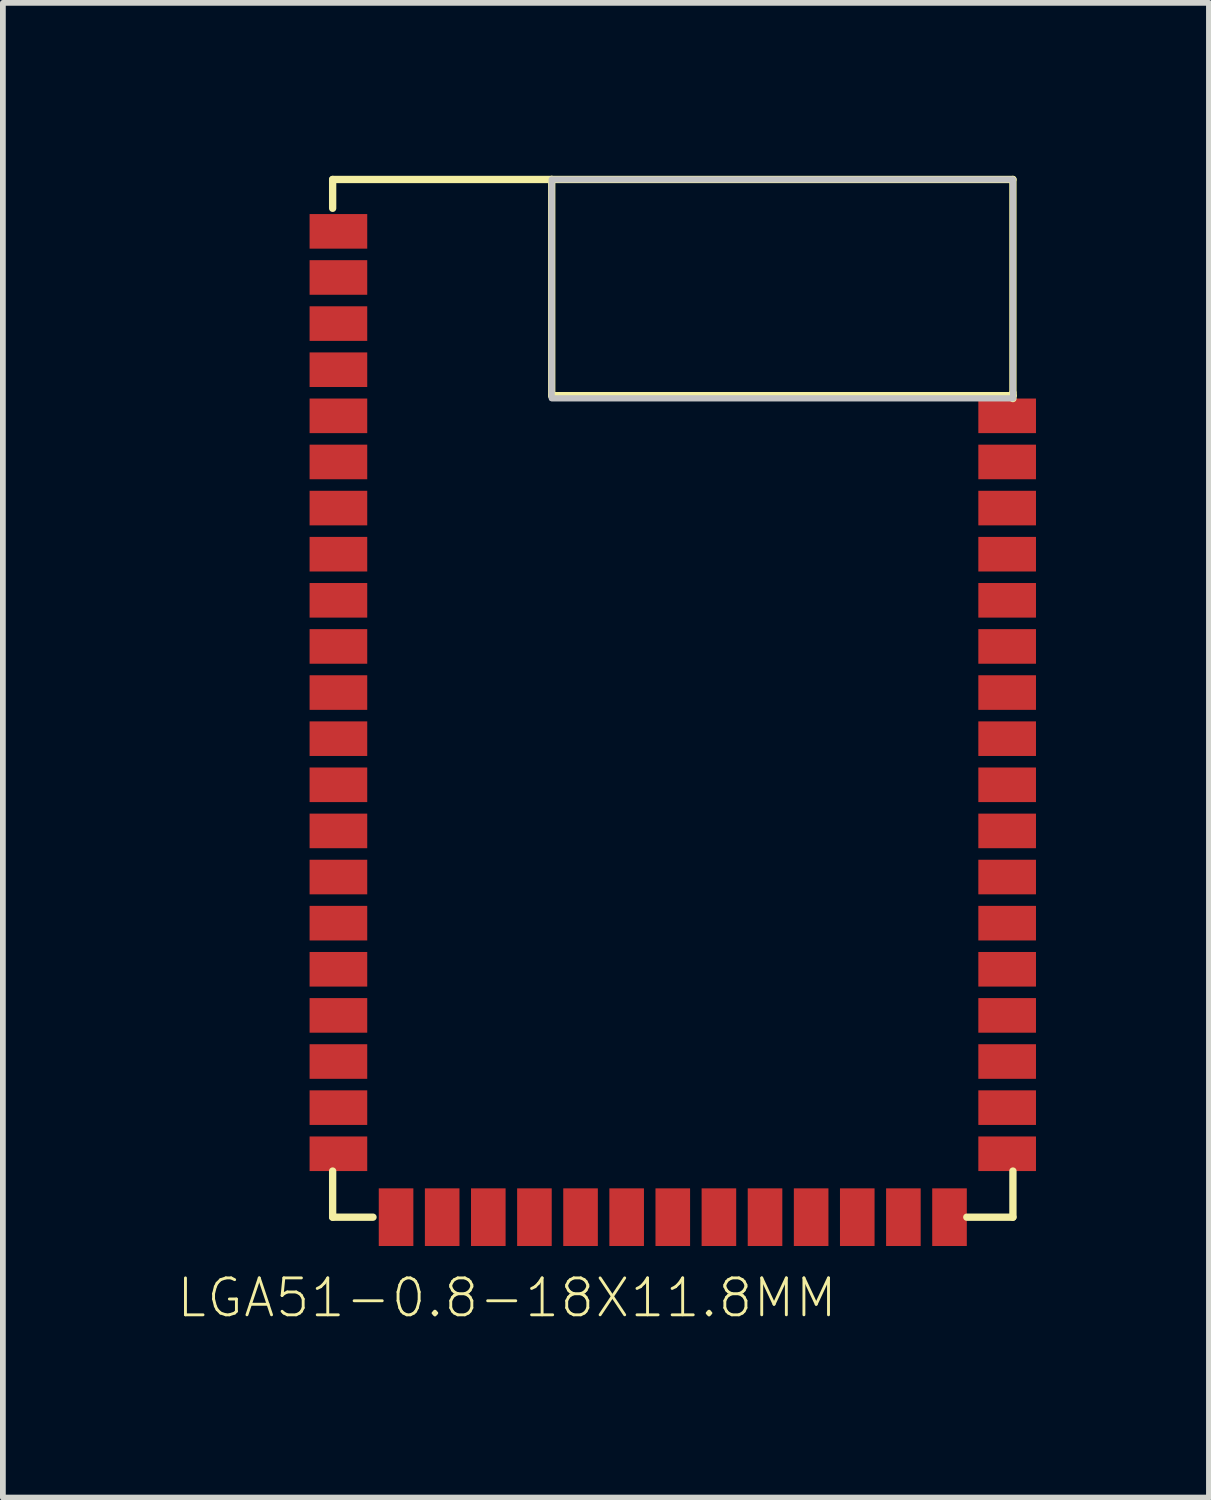
<source format=kicad_pcb>
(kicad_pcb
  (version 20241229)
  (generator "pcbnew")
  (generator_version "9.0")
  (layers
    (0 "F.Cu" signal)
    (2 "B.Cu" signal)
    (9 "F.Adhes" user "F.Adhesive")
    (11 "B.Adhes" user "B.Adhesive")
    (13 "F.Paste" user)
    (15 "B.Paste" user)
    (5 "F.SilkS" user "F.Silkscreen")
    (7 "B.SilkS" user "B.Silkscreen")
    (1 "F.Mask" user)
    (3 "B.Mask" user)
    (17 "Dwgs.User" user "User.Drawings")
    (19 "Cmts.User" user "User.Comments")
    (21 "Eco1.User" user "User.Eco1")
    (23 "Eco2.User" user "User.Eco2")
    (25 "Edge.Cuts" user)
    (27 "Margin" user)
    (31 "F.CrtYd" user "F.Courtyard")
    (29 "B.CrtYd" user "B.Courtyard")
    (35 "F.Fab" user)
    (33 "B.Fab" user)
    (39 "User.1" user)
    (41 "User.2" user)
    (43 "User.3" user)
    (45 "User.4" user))
  (footprint "LGA51-0.8-18X11.8MM"
    (layer "F.Cu")
    (at 8.62 9.063)
    (property "Reference" "LGA51-0.8-18X11.8MM" (at -2.876 10.4 0) (layer "F.SilkS") (effects (font (size 0.64 0.64) (thickness 0.05))))
    (attr smd)
    (fp_line (start -5.9 -9) (end -5.9 -8.5) (stroke (width 0.127) (type solid)) (layer "F.SilkS"))
    (fp_line (start -5.9 8.2) (end -5.9 9) (stroke (width 0.127) (type solid)) (layer "F.SilkS"))
    (fp_line (start -5.9 9) (end -5.2 9) (stroke (width 0.127) (type solid)) (layer "F.SilkS"))
    (fp_line (start -2.1 -9) (end -5.9 -9) (stroke (width 0.127) (type solid)) (layer "F.SilkS"))
    (fp_line (start -2.1 -9) (end -2.1 -5.25) (stroke (width 0.127) (type solid)) (layer "F.SilkS"))
    (fp_line (start -2.1 -5.25) (end 5.9 -5.25) (stroke (width 0.127) (type solid)) (layer "F.SilkS"))
    (fp_line (start 5.1 9) (end 5.9 9) (stroke (width 0.127) (type solid)) (layer "F.SilkS"))
    (fp_line (start 5.9 -9) (end -2.1 -9) (stroke (width 0.127) (type solid)) (layer "F.SilkS"))
    (fp_line (start 5.9 -5.3) (end 5.9 -9) (stroke (width 0.127) (type solid)) (layer "F.SilkS"))
    (fp_line (start 5.9 -5.25) (end 5.9 -5.3) (stroke (width 0.127) (type solid)) (layer "F.SilkS"))
    (fp_line (start 5.9 -5.2) (end 5.9 -5.25) (stroke (width 0.127) (type solid)) (layer "F.SilkS"))
    (fp_line (start 5.9 9) (end 5.9 8.2) (stroke (width 0.127) (type solid)) (layer "F.SilkS"))
    (fp_poly (pts (xy -2.101 -9) (xy 5.9 -9) (xy 5.9 -5.203) (xy -2.101 -5.203)) (stroke (width 0.1) (type solid)) (fill no) (layer "Dwgs.User"))
    (fp_poly (pts (xy -2.101 -9) (xy 5.9 -9) (xy 5.9 -5.203) (xy -2.101 -5.203)) (stroke (width 0.1) (type solid)) (fill no) (layer "Dwgs.User"))
    (fp_poly (pts (xy -5.905 -9) (xy 5.9 -9) (xy 5.9 9.008) (xy -5.905 9.008)) (stroke (width 0.1) (type solid)) (fill no) (layer "Eco1.User"))
    (pad "1" smd rect (at -5.8 -8.1) (size 1 0.6) (layers "F.Cu" "F.Mask" "F.Paste"))
    (pad "2" smd rect (at -5.8 -7.3) (size 1 0.6) (layers "F.Cu" "F.Mask" "F.Paste"))
    (pad "3" smd rect (at -5.8 -6.5) (size 1 0.6) (layers "F.Cu" "F.Mask" "F.Paste"))
    (pad "4" smd rect (at -5.8 -5.7) (size 1 0.6) (layers "F.Cu" "F.Mask" "F.Paste"))
    (pad "5" smd rect (at -5.8 -4.9) (size 1 0.6) (layers "F.Cu" "F.Mask" "F.Paste"))
    (pad "6" smd rect (at -5.8 -4.1) (size 1 0.6) (layers "F.Cu" "F.Mask" "F.Paste"))
    (pad "7" smd rect (at -5.8 -3.3) (size 1 0.6) (layers "F.Cu" "F.Mask" "F.Paste"))
    (pad "8" smd rect (at -5.8 -2.5) (size 1 0.6) (layers "F.Cu" "F.Mask" "F.Paste"))
    (pad "9" smd rect (at -5.8 -1.7) (size 1 0.6) (layers "F.Cu" "F.Mask" "F.Paste"))
    (pad "10" smd rect (at -5.8 -0.9) (size 1 0.6) (layers "F.Cu" "F.Mask" "F.Paste"))
    (pad "11" smd rect (at -5.8 -0.1) (size 1 0.6) (layers "F.Cu" "F.Mask" "F.Paste"))
    (pad "12" smd rect (at -5.8 0.7) (size 1 0.6) (layers "F.Cu" "F.Mask" "F.Paste"))
    (pad "13" smd rect (at -5.8 1.5) (size 1 0.6) (layers "F.Cu" "F.Mask" "F.Paste"))
    (pad "14" smd rect (at -5.8 2.3) (size 1 0.6) (layers "F.Cu" "F.Mask" "F.Paste"))
    (pad "15" smd rect (at -5.8 3.1) (size 1 0.6) (layers "F.Cu" "F.Mask" "F.Paste"))
    (pad "16" smd rect (at -5.8 3.9) (size 1 0.6) (layers "F.Cu" "F.Mask" "F.Paste"))
    (pad "17" smd rect (at -5.8 4.7) (size 1 0.6) (layers "F.Cu" "F.Mask" "F.Paste"))
    (pad "18" smd rect (at -5.8 5.5) (size 1 0.6) (layers "F.Cu" "F.Mask" "F.Paste"))
    (pad "19" smd rect (at -5.8 6.3) (size 1 0.6) (layers "F.Cu" "F.Mask" "F.Paste"))
    (pad "20" smd rect (at -5.8 7.1) (size 1 0.6) (layers "F.Cu" "F.Mask" "F.Paste"))
    (pad "21" smd rect (at -5.8 7.9) (size 1 0.6) (layers "F.Cu" "F.Mask" "F.Paste"))
    (pad "22" smd rect (at -4.8 9 90) (size 1 0.6) (layers "F.Cu" "F.Mask" "F.Paste"))
    (pad "23" smd rect (at -4 9 90) (size 1 0.6) (layers "F.Cu" "F.Mask" "F.Paste"))
    (pad "24" smd rect (at -3.2 9 90) (size 1 0.6) (layers "F.Cu" "F.Mask" "F.Paste"))
    (pad "25" smd rect (at -2.4 9 90) (size 1 0.6) (layers "F.Cu" "F.Mask" "F.Paste"))
    (pad "26" smd rect (at -1.6 9 90) (size 1 0.6) (layers "F.Cu" "F.Mask" "F.Paste"))
    (pad "27" smd rect (at -0.8 9 90) (size 1 0.6) (layers "F.Cu" "F.Mask" "F.Paste"))
    (pad "28" smd rect (at 0 9 90) (size 1 0.6) (layers "F.Cu" "F.Mask" "F.Paste"))
    (pad "29" smd rect (at 0.8 9 90) (size 1 0.6) (layers "F.Cu" "F.Mask" "F.Paste"))
    (pad "30" smd rect (at 1.6 9 90) (size 1 0.6) (layers "F.Cu" "F.Mask" "F.Paste"))
    (pad "31" smd rect (at 2.4 9 90) (size 1 0.6) (layers "F.Cu" "F.Mask" "F.Paste"))
    (pad "32" smd rect (at 3.2 9 90) (size 1 0.6) (layers "F.Cu" "F.Mask" "F.Paste"))
    (pad "33" smd rect (at 4 9 90) (size 1 0.6) (layers "F.Cu" "F.Mask" "F.Paste"))
    (pad "34" smd rect (at 4.8 9 90) (size 1 0.6) (layers "F.Cu" "F.Mask" "F.Paste"))
    (pad "35" smd rect (at 5.8 7.9) (size 1 0.6) (layers "F.Cu" "F.Mask" "F.Paste"))
    (pad "36" smd rect (at 5.8 7.1) (size 1 0.6) (layers "F.Cu" "F.Mask" "F.Paste"))
    (pad "37" smd rect (at 5.8 6.3) (size 1 0.6) (layers "F.Cu" "F.Mask" "F.Paste"))
    (pad "38" smd rect (at 5.8 5.5) (size 1 0.6) (layers "F.Cu" "F.Mask" "F.Paste"))
    (pad "39" smd rect (at 5.8 4.7) (size 1 0.6) (layers "F.Cu" "F.Mask" "F.Paste"))
    (pad "40" smd rect (at 5.8 3.9) (size 1 0.6) (layers "F.Cu" "F.Mask" "F.Paste"))
    (pad "41" smd rect (at 5.8 3.1) (size 1 0.6) (layers "F.Cu" "F.Mask" "F.Paste"))
    (pad "42" smd rect (at 5.8 2.3) (size 1 0.6) (layers "F.Cu" "F.Mask" "F.Paste"))
    (pad "43" smd rect (at 5.8 1.5) (size 1 0.6) (layers "F.Cu" "F.Mask" "F.Paste"))
    (pad "44" smd rect (at 5.8 0.7) (size 1 0.6) (layers "F.Cu" "F.Mask" "F.Paste"))
    (pad "45" smd rect (at 5.8 -0.1) (size 1 0.6) (layers "F.Cu" "F.Mask" "F.Paste"))
    (pad "46" smd rect (at 5.8 -0.9) (size 1 0.6) (layers "F.Cu" "F.Mask" "F.Paste"))
    (pad "47" smd rect (at 5.8 -1.7) (size 1 0.6) (layers "F.Cu" "F.Mask" "F.Paste"))
    (pad "48" smd rect (at 5.8 -2.5) (size 1 0.6) (layers "F.Cu" "F.Mask" "F.Paste"))
    (pad "49" smd rect (at 5.8 -3.3) (size 1 0.6) (layers "F.Cu" "F.Mask" "F.Paste"))
    (pad "50" smd rect (at 5.8 -4.1) (size 1 0.6) (layers "F.Cu" "F.Mask" "F.Paste"))
    (pad "51" smd rect (at 5.8 -4.9) (size 1 0.6) (layers "F.Cu" "F.Mask" "F.Paste")))
  (gr_rect
    (start -3 -3)
    (end 17.92 22.926)
    (stroke (width 0.1) (type default))
    (fill no)
    (layer "Edge.Cuts")))
</source>
